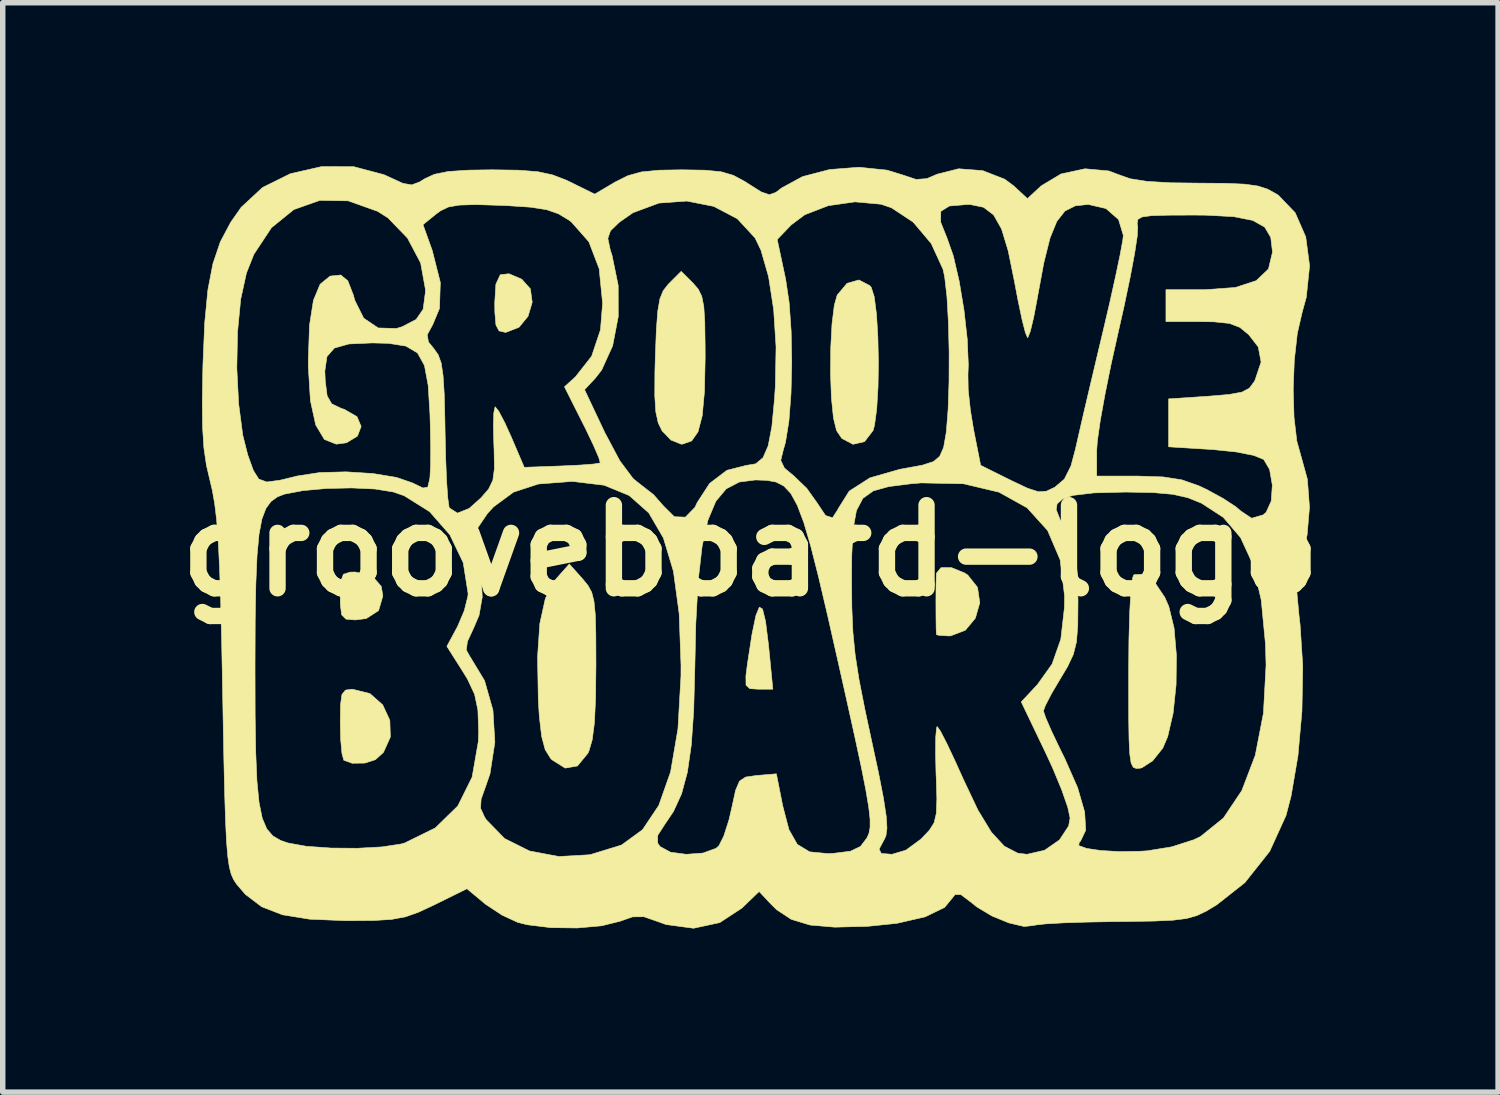
<source format=kicad_pcb>
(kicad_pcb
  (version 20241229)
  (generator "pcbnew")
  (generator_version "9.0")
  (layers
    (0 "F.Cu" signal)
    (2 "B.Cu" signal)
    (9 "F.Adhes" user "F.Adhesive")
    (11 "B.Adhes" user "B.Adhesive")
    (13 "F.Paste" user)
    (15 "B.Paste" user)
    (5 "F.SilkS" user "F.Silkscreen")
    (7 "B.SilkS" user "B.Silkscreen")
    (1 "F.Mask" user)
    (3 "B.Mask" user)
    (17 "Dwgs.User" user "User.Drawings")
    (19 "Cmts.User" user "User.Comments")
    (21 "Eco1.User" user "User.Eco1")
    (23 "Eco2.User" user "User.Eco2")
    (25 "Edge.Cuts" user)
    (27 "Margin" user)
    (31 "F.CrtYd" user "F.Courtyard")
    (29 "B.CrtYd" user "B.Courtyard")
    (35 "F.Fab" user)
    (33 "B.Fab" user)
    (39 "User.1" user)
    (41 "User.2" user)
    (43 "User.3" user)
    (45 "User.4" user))
  (footprint "grooveboard-logo"
    (layer "F.Cu")
    (at 10.712 7.049)
    (property "Reference" "grooveboard-logo" (at 0 0 0) (layer "F.SilkS") (effects (font (size 1.524 1.524) (thickness 0.3))))
    (attr through_hole)
    (fp_poly (pts (xy 0.222 1.07) (xy 0.277 1.295) (xy 0.329 1.708) (xy 0.342 1.832) (xy 0.411 2.54) (xy 0.145 2.54) (xy -0.012 2.53) (xy -0.081 2.465) (xy -0.083 2.295) (xy -0.055 2.076) (xy 0.028 1.536) (xy 0.1 1.189) (xy 0.164 1.034) (xy 0.222 1.07)) (stroke (width 0.01) (type solid)) (fill yes) (layer "F.SilkS"))
    (fp_poly (pts (xy -6.939 0.459) (xy -6.77 0.655) (xy -6.741 0.83) (xy -6.819 1.098) (xy -7.046 1.245) (xy -7.249 1.27) (xy -7.417 1.255) (xy -7.497 1.176) (xy -7.521 0.98) (xy -7.522 0.83) (xy -7.513 0.56) (xy -7.464 0.432) (xy -7.342 0.393) (xy -7.249 0.391) (xy -6.939 0.459)) (stroke (width 0.01) (type solid)) (fill yes) (layer "F.SilkS"))
    (fp_poly (pts (xy -4.194 -4.979) (xy -4.035 -4.801) (xy -4.002 -4.555) (xy -4.078 -4.3) (xy -4.244 -4.097) (xy -4.479 -4.006) (xy -4.501 -4.005) (xy -4.61 -4.031) (xy -4.667 -4.138) (xy -4.687 -4.371) (xy -4.689 -4.543) (xy -4.668 -4.888) (xy -4.588 -5.06) (xy -4.429 -5.079) (xy -4.194 -4.979)) (stroke (width 0.01) (type solid)) (fill yes) (layer "F.SilkS"))
    (fp_poly (pts (xy -6.978 2.62) (xy -6.744 2.827) (xy -6.613 3.11) (xy -6.603 3.417) (xy -6.73 3.699) (xy -6.878 3.833) (xy -7.071 3.895) (xy -7.303 3.898) (xy -7.457 3.843) (xy -7.491 3.718) (xy -7.515 3.457) (xy -7.522 3.159) (xy -7.517 2.822) (xy -7.491 2.637) (xy -7.427 2.557) (xy -7.31 2.54) (xy -7.3 2.54) (xy -6.978 2.62)) (stroke (width 0.01) (type solid)) (fill yes) (layer "F.SilkS"))
    (fp_poly (pts (xy 3.926 0.408) (xy 3.984 0.445) (xy 4.165 0.673) (xy 4.206 0.956) (xy 4.125 1.238) (xy 3.941 1.459) (xy 3.672 1.562) (xy 3.631 1.563) (xy 3.46 1.553) (xy 3.411 1.539) (xy 3.406 1.433) (xy 3.403 1.202) (xy 3.402 0.914) (xy 3.404 0.638) (xy 3.409 0.445) (xy 3.41 0.415) (xy 3.494 0.311) (xy 3.685 0.31) (xy 3.926 0.408)) (stroke (width 0.01) (type solid)) (fill yes) (layer "F.SilkS"))
    (fp_poly (pts (xy 2.188 -4.862) (xy 2.216 -4.828) (xy 2.271 -4.654) (xy 2.312 -4.334) (xy 2.337 -3.92) (xy 2.347 -3.459) (xy 2.34 -3.002) (xy 2.316 -2.598) (xy 2.275 -2.297) (xy 2.249 -2.204) (xy 2.093 -2) (xy 1.881 -1.951) (xy 1.676 -2.059) (xy 1.579 -2.203) (xy 1.522 -2.437) (xy 1.485 -2.806) (xy 1.469 -3.253) (xy 1.473 -3.723) (xy 1.496 -4.159) (xy 1.539 -4.505) (xy 1.591 -4.688) (xy 1.772 -4.903) (xy 1.989 -4.965) (xy 2.188 -4.862)) (stroke (width 0.01) (type solid)) (fill yes) (layer "F.SilkS"))
    (fp_poly (pts (xy 7.413 0.579) (xy 7.599 0.856) (xy 7.672 1.021) (xy 7.769 1.418) (xy 7.812 1.919) (xy 7.806 2.46) (xy 7.752 2.978) (xy 7.652 3.41) (xy 7.563 3.619) (xy 7.377 3.853) (xy 7.179 3.981) (xy 7.151 3.988) (xy 7.075 3.994) (xy 7.019 3.971) (xy 6.981 3.892) (xy 6.957 3.73) (xy 6.943 3.461) (xy 6.937 3.057) (xy 6.936 2.493) (xy 6.936 2.259) (xy 6.941 1.633) (xy 6.956 1.115) (xy 6.979 0.728) (xy 7.009 0.497) (xy 7.032 0.441) (xy 7.213 0.431) (xy 7.413 0.579)) (stroke (width 0.01) (type solid)) (fill yes) (layer "F.SilkS"))
    (fp_poly (pts (xy -3.077 0.518) (xy -2.979 0.638) (xy -2.911 0.762) (xy -2.869 0.929) (xy -2.845 1.175) (xy -2.835 1.538) (xy -2.833 2.056) (xy -2.833 2.111) (xy -2.84 2.715) (xy -2.861 3.156) (xy -2.901 3.466) (xy -2.962 3.675) (xy -2.982 3.717) (xy -3.173 3.948) (xy -3.398 3.987) (xy -3.641 3.834) (xy -3.667 3.806) (xy -3.764 3.649) (xy -3.829 3.406) (xy -3.872 3.035) (xy -3.89 2.735) (xy -3.904 1.95) (xy -3.862 1.336) (xy -3.761 0.877) (xy -3.598 0.558) (xy -3.558 0.51) (xy -3.322 0.244) (xy -3.077 0.518)) (stroke (width 0.01) (type solid)) (fill yes) (layer "F.SilkS"))
    (fp_poly (pts (xy -1.05 -4.904) (xy -0.956 -4.795) (xy -0.893 -4.666) (xy -0.855 -4.477) (xy -0.837 -4.19) (xy -0.831 -3.763) (xy -0.83 -3.539) (xy -0.843 -2.92) (xy -0.884 -2.475) (xy -0.961 -2.18) (xy -1.078 -2.013) (xy -1.243 -1.955) (xy -1.271 -1.954) (xy -1.459 -2.03) (xy -1.62 -2.197) (xy -1.691 -2.343) (xy -1.735 -2.544) (xy -1.754 -2.84) (xy -1.752 -3.27) (xy -1.744 -3.563) (xy -1.725 -4.057) (xy -1.699 -4.395) (xy -1.66 -4.62) (xy -1.598 -4.77) (xy -1.507 -4.886) (xy -1.489 -4.904) (xy -1.27 -5.123) (xy -1.05 -4.904)) (stroke (width 0.01) (type solid)) (fill yes) (layer "F.SilkS"))
    (fp_poly (pts (xy -7.274 -7.042) (xy -6.722 -6.896) (xy -6.63 -6.854) (xy -6.374 -6.737) (xy -6.212 -6.708) (xy -6.064 -6.764) (xy -5.975 -6.82) (xy -5.798 -6.902) (xy -5.543 -6.954) (xy -5.168 -6.979) (xy -4.742 -6.985) (xy -4.252 -6.978) (xy -3.9 -6.95) (xy -3.629 -6.892) (xy -3.381 -6.797) (xy -3.308 -6.762) (xy -2.855 -6.539) (xy -2.478 -6.762) (xy -2.248 -6.877) (xy -2 -6.946) (xy -1.673 -6.978) (xy -1.263 -6.985) (xy -0.833 -6.978) (xy -0.537 -6.949) (xy -0.314 -6.884) (xy -0.105 -6.772) (xy -0.038 -6.728) (xy 0.201 -6.578) (xy 0.347 -6.528) (xy 0.467 -6.571) (xy 0.574 -6.653) (xy 0.957 -6.861) (xy 1.452 -6.99) (xy 1.991 -7.032) (xy 2.505 -6.979) (xy 2.785 -6.893) (xy 3.038 -6.809) (xy 3.235 -6.823) (xy 3.423 -6.904) (xy 3.818 -7.004) (xy 4.259 -6.97) (xy 4.663 -6.813) (xy 4.826 -6.692) (xy 5.08 -6.457) (xy 5.334 -6.692) (xy 5.696 -6.909) (xy 6.136 -7.004) (xy 6.573 -6.964) (xy 6.75 -6.897) (xy 6.965 -6.821) (xy 7.271 -6.773) (xy 7.704 -6.747) (xy 8.207 -6.741) (xy 8.71 -6.737) (xy 9.061 -6.722) (xy 9.305 -6.688) (xy 9.486 -6.63) (xy 9.648 -6.54) (xy 9.682 -6.518) (xy 9.99 -6.198) (xy 10.184 -5.754) (xy 10.254 -5.224) (xy 10.194 -4.648) (xy 10.119 -4.375) (xy 10.029 -3.984) (xy 9.974 -3.491) (xy 9.954 -2.958) (xy 9.969 -2.445) (xy 10.02 -2.01) (xy 10.096 -1.737) (xy 10.214 -1.31) (xy 10.252 -0.796) (xy 10.209 -0.288) (xy 10.113 0.059) (xy 10.047 0.257) (xy 10.017 0.478) (xy 10.022 0.773) (xy 10.061 1.194) (xy 10.08 1.358) (xy 10.129 2.118) (xy 10.114 2.943) (xy 10.041 3.761) (xy 9.915 4.5) (xy 9.822 4.856) (xy 9.523 5.513) (xy 9.068 6.087) (xy 8.552 6.494) (xy 8.358 6.611) (xy 8.187 6.692) (xy 7.999 6.745) (xy 7.753 6.776) (xy 7.409 6.792) (xy 6.927 6.8) (xy 6.685 6.802) (xy 6.179 6.811) (xy 5.742 6.825) (xy 5.412 6.844) (xy 5.226 6.865) (xy 5.202 6.872) (xy 5.019 6.892) (xy 4.739 6.826) (xy 4.427 6.698) (xy 4.149 6.531) (xy 4.066 6.463) (xy 3.858 6.306) (xy 3.749 6.307) (xy 3.741 6.322) (xy 3.561 6.542) (xy 3.204 6.715) (xy 2.685 6.834) (xy 2.149 6.889) (xy 1.545 6.904) (xy 1.092 6.865) (xy 0.75 6.761) (xy 0.482 6.585) (xy 0.387 6.492) (xy 0.159 6.25) (xy -0.157 6.555) (xy -0.564 6.821) (xy -1.043 6.924) (xy -1.547 6.856) (xy -1.688 6.805) (xy -1.954 6.713) (xy -2.162 6.715) (xy -2.39 6.795) (xy -2.728 6.879) (xy -3.177 6.919) (xy -3.658 6.913) (xy -4.093 6.86) (xy -4.268 6.816) (xy -4.555 6.683) (xy -4.85 6.489) (xy -4.89 6.457) (xy -5.199 6.199) (xy -5.796 6.494) (xy -6.082 6.628) (xy -6.325 6.714) (xy -6.583 6.762) (xy -6.915 6.782) (xy -7.38 6.785) (xy -7.426 6.785) (xy -8.082 6.758) (xy -8.583 6.677) (xy -8.964 6.529) (xy -9.262 6.303) (xy -9.422 6.117) (xy -9.477 6.034) (xy -9.521 5.935) (xy -9.557 5.799) (xy -9.585 5.604) (xy -9.608 5.328) (xy -9.626 4.951) (xy -9.642 4.451) (xy -9.657 3.807) (xy -9.672 2.998) (xy -9.679 2.606) (xy -9.687 2.167) (xy -9.085 2.167) (xy -9.083 3.02) (xy -9.072 3.699) (xy -9.05 4.225) (xy -9.011 4.62) (xy -8.953 4.905) (xy -8.87 5.101) (xy -8.759 5.23) (xy -8.617 5.313) (xy -8.482 5.36) (xy -8.143 5.421) (xy -7.695 5.453) (xy -7.209 5.457) (xy -6.756 5.432) (xy -6.407 5.379) (xy -6.34 5.36) (xy -5.779 5.084) (xy -5.367 4.682) (xy -5.104 4.153) (xy -4.99 3.499) (xy -4.984 3.316) (xy -4.998 2.922) (xy -5.059 2.632) (xy -5.189 2.355) (xy -5.275 2.215) (xy -5.524 1.822) (xy -5.211 1.822) (xy -5.142 1.945) (xy -5.139 1.948) (xy -4.876 2.383) (xy -4.722 2.925) (xy -4.687 3.514) (xy -4.776 4.09) (xy -4.847 4.297) (xy -4.939 4.557) (xy -4.949 4.724) (xy -4.876 4.884) (xy -4.845 4.933) (xy -4.508 5.279) (xy -4.051 5.507) (xy -3.516 5.608) (xy -2.944 5.576) (xy -2.377 5.402) (xy -2.36 5.395) (xy -2.124 5.223) (xy -1.702 5.223) (xy -1.7 5.362) (xy -1.658 5.425) (xy -1.467 5.529) (xy -1.176 5.568) (xy -0.87 5.545) (xy -0.632 5.459) (xy -0.579 5.413) (xy -0.489 5.234) (xy -0.394 4.938) (xy -0.34 4.705) (xy -0.272 4.393) (xy -0.2 4.225) (xy -0.087 4.151) (xy 0.108 4.123) (xy 0.123 4.122) (xy 0.476 4.092) (xy 0.592 4.679) (xy 0.706 5.115) (xy 0.86 5.386) (xy 1.087 5.523) (xy 1.421 5.555) (xy 1.525 5.55) (xy 1.835 5.511) (xy 2.019 5.423) (xy 2.137 5.267) (xy 2.174 5.183) (xy 2.194 5.075) (xy 2.194 4.921) (xy 2.169 4.7) (xy 2.117 4.391) (xy 2.034 3.972) (xy 1.916 3.421) (xy 1.76 2.717) (xy 1.62 2.092) (xy 1.418 1.199) (xy 1.261 0.53) (xy 1.855 0.53) (xy 1.86 1.049) (xy 1.879 1.491) (xy 1.921 1.912) (xy 1.992 2.367) (xy 2.099 2.911) (xy 2.215 3.452) (xy 2.35 4.078) (xy 2.44 4.541) (xy 2.49 4.869) (xy 2.504 5.089) (xy 2.485 5.228) (xy 2.461 5.282) (xy 2.36 5.472) (xy 2.399 5.552) (xy 2.596 5.568) (xy 2.851 5.492) (xy 3.126 5.29) (xy 3.143 5.273) (xy 3.283 5.125) (xy 3.368 4.99) (xy 3.409 4.817) (xy 3.419 4.556) (xy 3.407 4.155) (xy 3.404 4.101) (xy 3.395 3.714) (xy 3.398 3.415) (xy 3.414 3.246) (xy 3.425 3.224) (xy 3.484 3.308) (xy 3.601 3.534) (xy 3.758 3.867) (xy 3.897 4.176) (xy 4.171 4.755) (xy 4.419 5.163) (xy 4.657 5.42) (xy 4.902 5.547) (xy 5.072 5.568) (xy 5.394 5.494) (xy 5.668 5.304) (xy 5.836 5.048) (xy 5.862 4.902) (xy 5.82 4.706) (xy 5.709 4.387) (xy 5.546 3.993) (xy 5.414 3.707) (xy 5.046 2.939) (xy 5.373 2.939) (xy 5.415 3.064) (xy 5.525 3.316) (xy 5.685 3.651) (xy 5.764 3.81) (xy 6 4.345) (xy 6.129 4.791) (xy 6.149 5.125) (xy 6.054 5.327) (xy 6.032 5.343) (xy 6.02 5.407) (xy 6.165 5.46) (xy 6.426 5.499) (xy 6.766 5.518) (xy 7.146 5.512) (xy 7.278 5.504) (xy 7.725 5.431) (xy 8.131 5.301) (xy 8.251 5.244) (xy 8.674 4.903) (xy 9.011 4.4) (xy 9.258 3.753) (xy 9.408 2.98) (xy 9.456 2.097) (xy 9.445 1.71) (xy 9.367 0.902) (xy 9.218 0.259) (xy 8.989 -0.239) (xy 8.672 -0.611) (xy 8.272 -0.871) (xy 8.022 -0.972) (xy 7.745 -1.034) (xy 7.383 -1.066) (xy 6.884 -1.075) (xy 6.875 -1.075) (xy 6.298 -1.06) (xy 5.912 -1.014) (xy 5.723 -0.946) (xy 5.624 -0.858) (xy 5.607 -0.755) (xy 5.675 -0.579) (xy 5.777 -0.384) (xy 5.893 -0.132) (xy 5.963 0.128) (xy 5.998 0.456) (xy 6.007 0.915) (xy 6.007 0.937) (xy 6.003 1.371) (xy 5.979 1.673) (xy 5.921 1.904) (xy 5.816 2.126) (xy 5.691 2.335) (xy 5.523 2.619) (xy 5.408 2.841) (xy 5.373 2.939) (xy 5.046 2.939) (xy 4.967 2.773) (xy 5.265 2.453) (xy 5.532 2.079) (xy 5.692 1.624) (xy 5.758 1.046) (xy 5.761 0.83) (xy 5.681 0.17) (xy 5.45 -0.37) (xy 5.074 -0.786) (xy 4.558 -1.073) (xy 3.909 -1.227) (xy 3.132 -1.243) (xy 2.932 -1.226) (xy 2.538 -1.176) (xy 2.254 -1.097) (xy 2.062 -0.96) (xy 1.944 -0.736) (xy 1.882 -0.396) (xy 1.858 0.089) (xy 1.855 0.53) (xy 1.261 0.53) (xy 1.249 0.479) (xy 1.105 -0.088) (xy 0.978 -0.519) (xy 0.859 -0.833) (xy 0.741 -1.049) (xy 0.614 -1.185) (xy 0.47 -1.259) (xy 0.301 -1.29) (xy 0.099 -1.297) (xy 0.089 -1.297) (xy -0.205 -1.259) (xy -0.444 -1.134) (xy -0.634 -0.907) (xy -0.779 -0.562) (xy -0.886 -0.083) (xy -0.958 0.545) (xy -1.002 1.34) (xy -1.019 2.123) (xy -1.04 2.924) (xy -1.084 3.561) (xy -1.156 4.062) (xy -1.263 4.459) (xy -1.41 4.781) (xy -1.572 5.021) (xy -1.702 5.223) (xy -2.124 5.223) (xy -1.979 5.117) (xy -1.681 4.672) (xy -1.464 4.056) (xy -1.329 3.267) (xy -1.274 2.302) (xy -1.273 2.1) (xy -1.307 1.153) (xy -1.412 0.378) (xy -1.596 -0.233) (xy -1.864 -0.693) (xy -2.224 -1.012) (xy -2.681 -1.2) (xy -3.242 -1.268) (xy -3.3 -1.268) (xy -3.888 -1.223) (xy -4.344 -1.074) (xy -4.711 -0.804) (xy -4.824 -0.68) (xy -5.009 -0.407) (xy -5.051 -0.173) (xy -5.04 -0.105) (xy -4.939 0.437) (xy -4.918 0.851) (xy -4.977 1.186) (xy -5.072 1.41) (xy -5.19 1.665) (xy -5.211 1.822) (xy -5.524 1.822) (xy -5.567 1.754) (xy -5.372 1.392) (xy -5.247 1.099) (xy -5.181 0.832) (xy -5.178 0.783) (xy -5.267 0.22) (xy -5.513 -0.293) (xy -5.884 -0.716) (xy -6.35 -1.008) (xy -6.549 -1.077) (xy -6.882 -1.131) (xy -7.311 -1.151) (xy -7.773 -1.141) (xy -8.205 -1.102) (xy -8.543 -1.038) (xy -8.672 -0.989) (xy -8.792 -0.903) (xy -8.886 -0.774) (xy -8.959 -0.581) (xy -9.012 -0.3) (xy -9.048 0.088) (xy -9.07 0.605) (xy -9.082 1.274) (xy -9.085 2.115) (xy -9.085 2.167) (xy -9.687 2.167) (xy -9.697 1.673) (xy -9.715 0.913) (xy -9.736 0.302) (xy -9.76 -0.182) (xy -9.789 -0.563) (xy -9.825 -0.863) (xy -9.868 -1.106) (xy -9.907 -1.27) (xy -9.977 -1.57) (xy -10.023 -1.887) (xy -10.047 -2.264) (xy -10.052 -2.745) (xy -10.042 -3.348) (xy -9.419 -3.348) (xy -9.386 -2.696) (xy -9.31 -2.117) (xy -9.219 -1.758) (xy -9.116 -1.472) (xy -9.016 -1.313) (xy -8.868 -1.26) (xy -8.624 -1.293) (xy -8.304 -1.371) (xy -7.899 -1.433) (xy -7.415 -1.446) (xy -6.923 -1.415) (xy -6.491 -1.344) (xy -6.203 -1.245) (xy -6.004 -1.15) (xy -5.917 -1.166) (xy -5.882 -1.313) (xy -5.877 -1.349) (xy -5.866 -1.562) (xy -5.864 -1.909) (xy -5.872 -2.327) (xy -5.877 -2.504) (xy -5.91 -3.033) (xy -5.978 -3.397) (xy -6.106 -3.627) (xy -6.318 -3.752) (xy -6.64 -3.803) (xy -6.939 -3.81) (xy -7.365 -3.791) (xy -7.63 -3.716) (xy -7.766 -3.56) (xy -7.805 -3.295) (xy -7.797 -3.109) (xy -7.762 -2.837) (xy -7.678 -2.693) (xy -7.5 -2.608) (xy -7.449 -2.593) (xy -7.216 -2.459) (xy -7.139 -2.278) (xy -7.207 -2.101) (xy -7.408 -1.979) (xy -7.596 -1.954) (xy -7.814 -2.041) (xy -7.972 -2.306) (xy -8.069 -2.75) (xy -8.108 -3.378) (xy -8.108 -3.499) (xy -8.086 -4.134) (xy -8.014 -4.592) (xy -7.891 -4.887) (xy -7.713 -5.032) (xy -7.7 -5.037) (xy -7.513 -5.056) (xy -7.384 -4.95) (xy -7.282 -4.689) (xy -7.256 -4.592) (xy -7.092 -4.264) (xy -6.826 -4.085) (xy -6.493 -4.075) (xy -6.385 -4.108) (xy -6.13 -4.241) (xy -6.002 -4.428) (xy -5.962 -4.733) (xy -5.961 -4.796) (xy -6.048 -5.277) (xy -6.289 -5.733) (xy -6.527 -5.979) (xy -6.005 -5.979) (xy -5.835 -5.505) (xy -5.687 -4.92) (xy -5.702 -4.443) (xy -5.826 -4.146) (xy -5.927 -3.96) (xy -5.905 -3.828) (xy -5.801 -3.7) (xy -5.725 -3.591) (xy -5.671 -3.441) (xy -5.637 -3.213) (xy -5.615 -2.871) (xy -5.603 -2.381) (xy -5.6 -2.19) (xy -5.589 -1.7) (xy -5.572 -1.277) (xy -5.55 -0.963) (xy -5.526 -0.796) (xy -5.521 -0.784) (xy -5.373 -0.689) (xy -5.158 -0.775) (xy -4.943 -0.967) (xy -4.801 -1.131) (xy -4.724 -1.29) (xy -4.695 -1.507) (xy -4.701 -1.842) (xy -4.705 -1.944) (xy -4.714 -2.283) (xy -4.706 -2.531) (xy -4.683 -2.637) (xy -4.68 -2.638) (xy -4.614 -2.555) (xy -4.502 -2.341) (xy -4.385 -2.083) (xy -4.148 -1.529) (xy -3.467 -1.554) (xy -3.125 -1.57) (xy -2.87 -1.59) (xy -2.755 -1.609) (xy -2.754 -1.61) (xy -2.78 -1.705) (xy -2.877 -1.93) (xy -3.025 -2.24) (xy -3.067 -2.323) (xy -3.384 -2.953) (xy -3.042 -2.953) (xy -2.672 -2.169) (xy -2.396 -1.65) (xy -2.15 -1.321) (xy -2.028 -1.223) (xy -1.777 -1.028) (xy -1.598 -0.824) (xy -1.396 -0.623) (xy -1.193 -0.615) (xy -1.018 -0.794) (xy -0.976 -0.883) (xy -0.749 -1.233) (xy -0.432 -1.474) (xy -0.082 -1.563) (xy 0.098 -1.594) (xy 0.231 -1.706) (xy 0.326 -1.924) (xy 0.393 -2.275) (xy 0.442 -2.785) (xy 0.457 -3.024) (xy 0.47 -3.739) (xy 0.426 -4.42) (xy 0.333 -5.024) (xy 0.194 -5.508) (xy 0.099 -5.707) (xy 0.491 -5.707) (xy 0.646 -4.978) (xy 0.71 -4.549) (xy 0.747 -4.021) (xy 0.758 -3.448) (xy 0.744 -2.883) (xy 0.706 -2.378) (xy 0.643 -1.987) (xy 0.602 -1.845) (xy 0.556 -1.656) (xy 0.623 -1.516) (xy 0.787 -1.379) (xy 1.032 -1.145) (xy 1.222 -0.878) (xy 1.222 -0.877) (xy 1.378 -0.645) (xy 1.506 -0.604) (xy 1.604 -0.756) (xy 1.607 -0.766) (xy 1.812 -1.093) (xy 2.192 -1.336) (xy 2.744 -1.494) (xy 2.798 -1.503) (xy 3.151 -1.568) (xy 3.359 -1.635) (xy 3.471 -1.731) (xy 3.537 -1.881) (xy 3.545 -1.905) (xy 3.592 -2.175) (xy 3.625 -2.588) (xy 3.642 -3.094) (xy 3.644 -3.641) (xy 3.631 -4.179) (xy 3.604 -4.657) (xy 3.562 -5.023) (xy 3.532 -5.161) (xy 3.315 -5.634) (xy 2.985 -6.025) (xy 2.984 -6.026) (xy 3.488 -6.026) (xy 3.604 -5.737) (xy 3.721 -5.406) (xy 3.828 -4.943) (xy 3.916 -4.414) (xy 3.976 -3.881) (xy 3.996 -3.411) (xy 3.989 -3.224) (xy 3.994 -2.947) (xy 4.035 -2.569) (xy 4.092 -2.224) (xy 4.222 -1.566) (xy 4.773 -1.292) (xy 5.083 -1.145) (xy 5.281 -1.081) (xy 5.428 -1.091) (xy 5.582 -1.164) (xy 5.757 -1.312) (xy 5.878 -1.554) (xy 5.955 -1.842) (xy 6.35 -1.842) (xy 6.35 -1.368) (xy 7.112 -1.368) (xy 7.567 -1.353) (xy 7.909 -1.3) (xy 8.219 -1.192) (xy 8.374 -1.119) (xy 8.672 -0.956) (xy 8.904 -0.804) (xy 8.992 -0.728) (xy 9.192 -0.595) (xy 9.403 -0.657) (xy 9.457 -0.703) (xy 9.551 -0.91) (xy 9.571 -1.203) (xy 9.521 -1.49) (xy 9.413 -1.673) (xy 9.232 -1.747) (xy 8.907 -1.811) (xy 8.489 -1.854) (xy 8.46 -1.856) (xy 7.669 -1.905) (xy 7.669 -2.784) (xy 8.399 -2.833) (xy 8.78 -2.865) (xy 9.014 -2.908) (xy 9.15 -2.98) (xy 9.237 -3.097) (xy 9.253 -3.126) (xy 9.365 -3.46) (xy 9.313 -3.736) (xy 9.139 -3.961) (xy 8.976 -4.095) (xy 8.786 -4.168) (xy 8.505 -4.197) (xy 8.259 -4.201) (xy 7.62 -4.201) (xy 7.62 -4.787) (xy 8.34 -4.787) (xy 8.893 -4.827) (xy 9.276 -4.952) (xy 9.5 -5.166) (xy 9.574 -5.474) (xy 9.574 -5.478) (xy 9.542 -5.745) (xy 9.431 -5.934) (xy 9.212 -6.057) (xy 8.862 -6.126) (xy 8.353 -6.153) (xy 8.122 -6.155) (xy 7.657 -6.153) (xy 7.354 -6.144) (xy 7.181 -6.12) (xy 7.104 -6.075) (xy 7.092 -6) (xy 7.102 -5.935) (xy 7.094 -5.771) (xy 7.046 -5.453) (xy 6.964 -5.016) (xy 6.855 -4.495) (xy 6.747 -4.015) (xy 6.616 -3.428) (xy 6.503 -2.871) (xy 6.416 -2.388) (xy 6.363 -2.019) (xy 6.35 -1.842) (xy 5.955 -1.842) (xy 5.958 -1.852) (xy 6.022 -2.134) (xy 6.12 -2.56) (xy 6.243 -3.082) (xy 6.378 -3.653) (xy 6.457 -3.984) (xy 6.585 -4.529) (xy 6.694 -5.02) (xy 6.778 -5.419) (xy 6.828 -5.69) (xy 6.838 -5.784) (xy 6.751 -6.073) (xy 6.52 -6.275) (xy 6.195 -6.35) (xy 5.956 -6.324) (xy 5.768 -6.229) (xy 5.619 -6.04) (xy 5.494 -5.733) (xy 5.381 -5.282) (xy 5.266 -4.662) (xy 5.26 -4.626) (xy 5.195 -4.282) (xy 5.134 -4.027) (xy 5.088 -3.91) (xy 5.082 -3.908) (xy 5.043 -3.997) (xy 4.981 -4.24) (xy 4.906 -4.597) (xy 4.843 -4.93) (xy 4.727 -5.5) (xy 4.605 -5.901) (xy 4.459 -6.158) (xy 4.275 -6.298) (xy 4.037 -6.347) (xy 3.977 -6.349) (xy 3.648 -6.321) (xy 3.491 -6.223) (xy 3.488 -6.026) (xy 2.984 -6.026) (xy 2.588 -6.288) (xy 2.393 -6.354) (xy 1.916 -6.397) (xy 1.427 -6.327) (xy 0.997 -6.161) (xy 0.748 -5.975) (xy 0.491 -5.707) (xy 0.099 -5.707) (xy 0.084 -5.736) (xy -0.24 -6.087) (xy -0.672 -6.314) (xy -1.166 -6.412) (xy -1.676 -6.375) (xy -2.154 -6.198) (xy -2.405 -6.023) (xy -2.566 -5.867) (xy -2.615 -5.727) (xy -2.571 -5.518) (xy -2.538 -5.416) (xy -2.425 -4.865) (xy -2.424 -4.293) (xy -2.527 -3.757) (xy -2.728 -3.314) (xy -2.846 -3.162) (xy -3.042 -2.953) (xy -3.384 -2.953) (xy -3.41 -3.006) (xy -3.209 -3.188) (xy -2.912 -3.566) (xy -2.75 -4.051) (xy -2.711 -4.537) (xy -2.774 -5.171) (xy -2.963 -5.665) (xy -3.283 -6.028) (xy -3.332 -6.064) (xy -3.52 -6.178) (xy -3.735 -6.253) (xy -4.026 -6.299) (xy -4.447 -6.327) (xy -4.589 -6.333) (xy -5.037 -6.347) (xy -5.338 -6.338) (xy -5.538 -6.303) (xy -5.684 -6.233) (xy -5.763 -6.175) (xy -6.005 -5.979) (xy -6.527 -5.979) (xy -6.644 -6.101) (xy -6.835 -6.223) (xy -7.377 -6.416) (xy -7.897 -6.424) (xy -8.373 -6.256) (xy -8.783 -5.924) (xy -9.106 -5.436) (xy -9.243 -5.091) (xy -9.348 -4.611) (xy -9.406 -4.009) (xy -9.419 -3.348) (xy -10.042 -3.348) (xy -10.041 -3.375) (xy -10.04 -3.419) (xy -10.008 -4.178) (xy -9.95 -4.781) (xy -9.857 -5.264) (xy -9.721 -5.665) (xy -9.531 -6.023) (xy -9.339 -6.297) (xy -8.947 -6.661) (xy -8.438 -6.913) (xy -7.863 -7.044) (xy -7.274 -7.042)) (stroke (width 0.01) (type solid)) (fill yes) (layer "F.SilkS")))
  (gr_rect
    (start -3 -3)
    (end 24.423 16.978)
    (stroke (width 0.1) (type default))
    (fill no)
    (layer "Edge.Cuts")))
</source>
